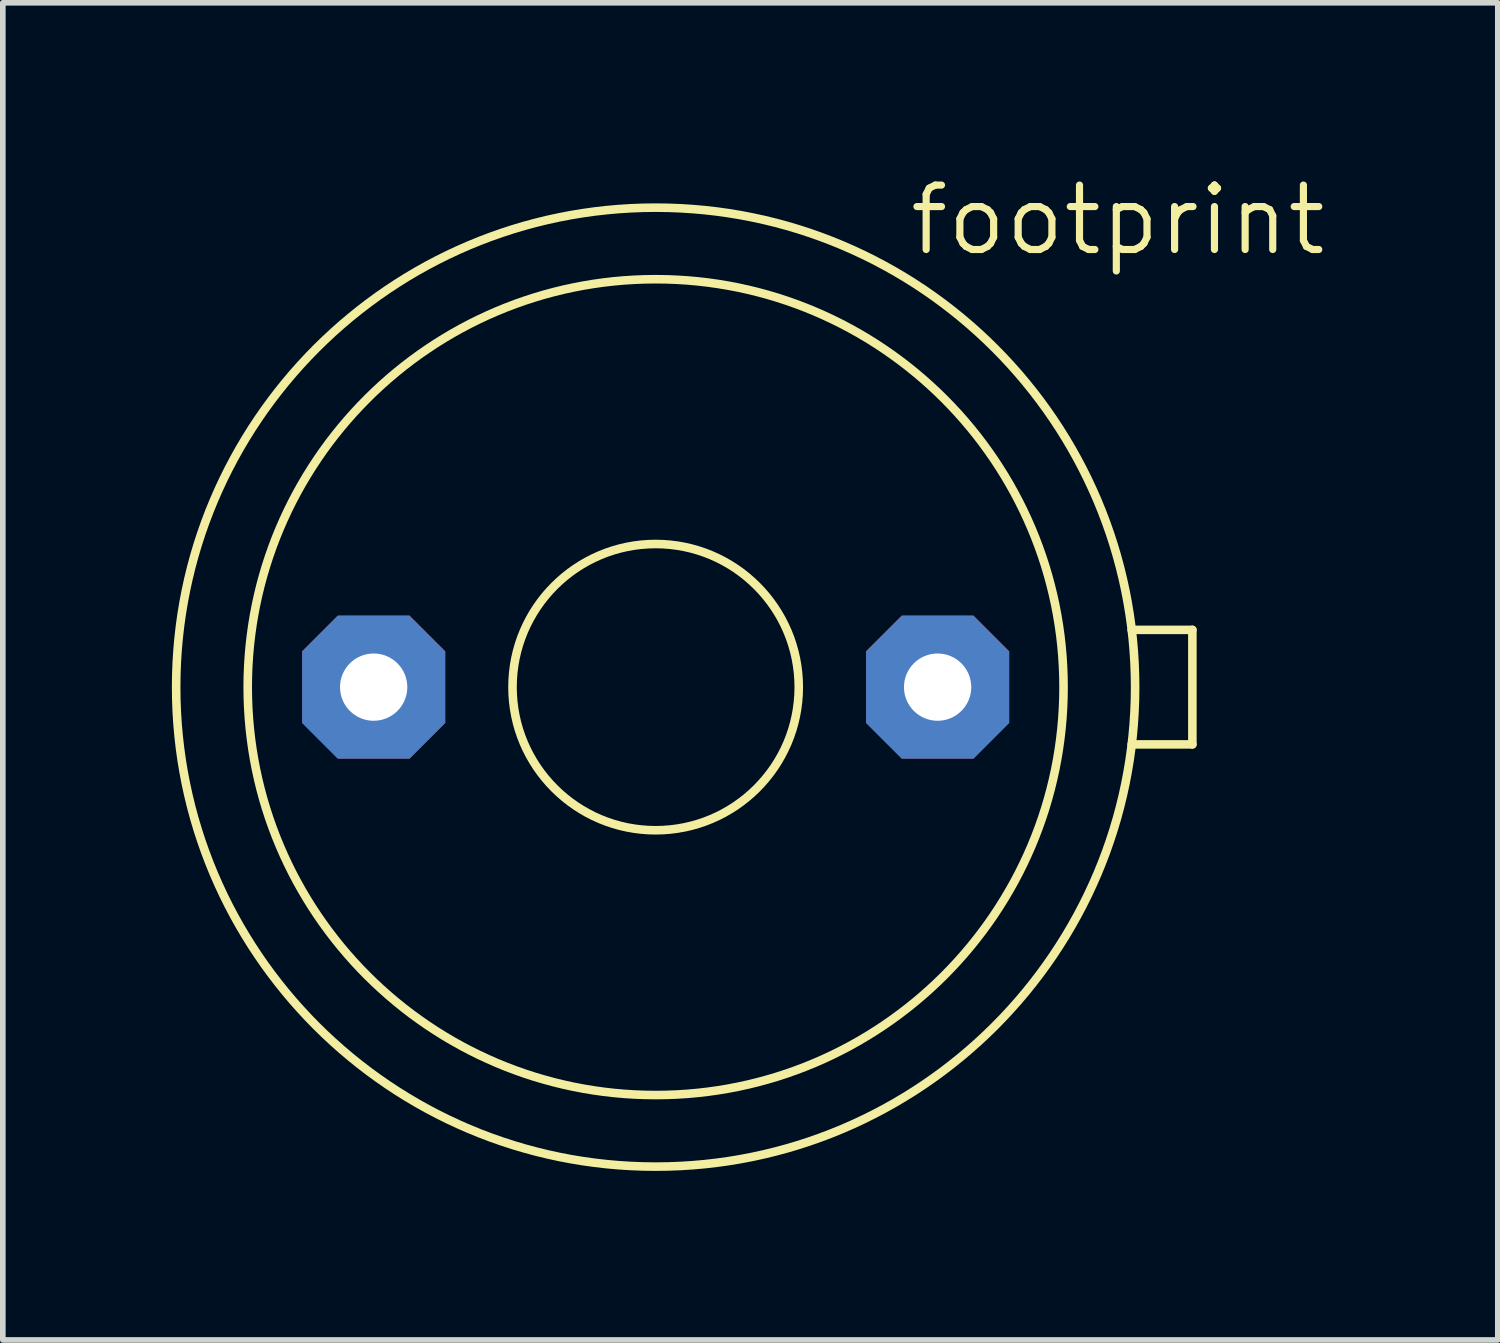
<source format=kicad_pcb>
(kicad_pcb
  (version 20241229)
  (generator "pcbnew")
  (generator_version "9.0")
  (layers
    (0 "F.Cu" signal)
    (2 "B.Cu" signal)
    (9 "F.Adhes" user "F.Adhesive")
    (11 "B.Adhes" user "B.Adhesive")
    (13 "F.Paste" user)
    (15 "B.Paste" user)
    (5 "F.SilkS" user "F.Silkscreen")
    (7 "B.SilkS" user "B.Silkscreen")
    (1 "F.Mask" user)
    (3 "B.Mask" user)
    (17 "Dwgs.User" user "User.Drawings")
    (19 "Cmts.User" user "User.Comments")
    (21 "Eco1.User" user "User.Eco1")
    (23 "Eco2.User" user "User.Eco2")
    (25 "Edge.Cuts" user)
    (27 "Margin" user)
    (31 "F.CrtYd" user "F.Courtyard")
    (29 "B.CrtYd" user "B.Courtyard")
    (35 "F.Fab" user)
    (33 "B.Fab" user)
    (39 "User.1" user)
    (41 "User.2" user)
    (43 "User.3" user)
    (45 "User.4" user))
  (footprint "footprint"
    (layer "F.Cu")
    (at 8.585 9.144)
    (property "Reference" "footprint" (at 4.445 -7.62 0) (layer "F.SilkS") (effects (font (size 1.143 1.143) (thickness 0.127)) (justify left bottom)))
    (fp_line (start 8.448 -1.016) (end 9.525 -1.016) (stroke (width 0.152) (type solid)) (layer "F.SilkS"))
    (fp_line (start 8.448 1.016) (end 9.525 1.016) (stroke (width 0.152) (type solid)) (layer "F.SilkS"))
    (fp_line (start 9.525 -1.016) (end 9.525 1.016) (stroke (width 0.152) (type solid)) (layer "F.SilkS"))
    (fp_circle (center 0 0) (end 2.54 0) (stroke (width 0.152) (type solid)) (fill no) (layer "F.SilkS"))
    (fp_circle (center 0 0) (end 7.239 0) (stroke (width 0.152) (type solid)) (fill no) (layer "F.SilkS"))
    (fp_circle (center 0 0) (end 8.509 0) (stroke (width 0.152) (type solid)) (fill no) (layer "F.SilkS"))
    (pad "1" thru_hole roundrect (at -5.004 0) (size 2.54 2.54) (drill 1.194) (layers "*.Cu" "*.Mask") (roundrect_rratio 0.25) (chamfer_ratio 0.25) (chamfer top_left top_right bottom_left bottom_right))
    (pad "2" thru_hole roundrect (at 5.004 0) (size 2.54 2.54) (drill 1.194) (layers "*.Cu" "*.Mask") (roundrect_rratio 0.25) (chamfer_ratio 0.25) (chamfer top_left top_right bottom_left bottom_right)))
  (gr_rect
    (start -3 -3)
    (end 23.53 20.729)
    (stroke (width 0.1) (type default))
    (fill no)
    (layer "Edge.Cuts")))
</source>
